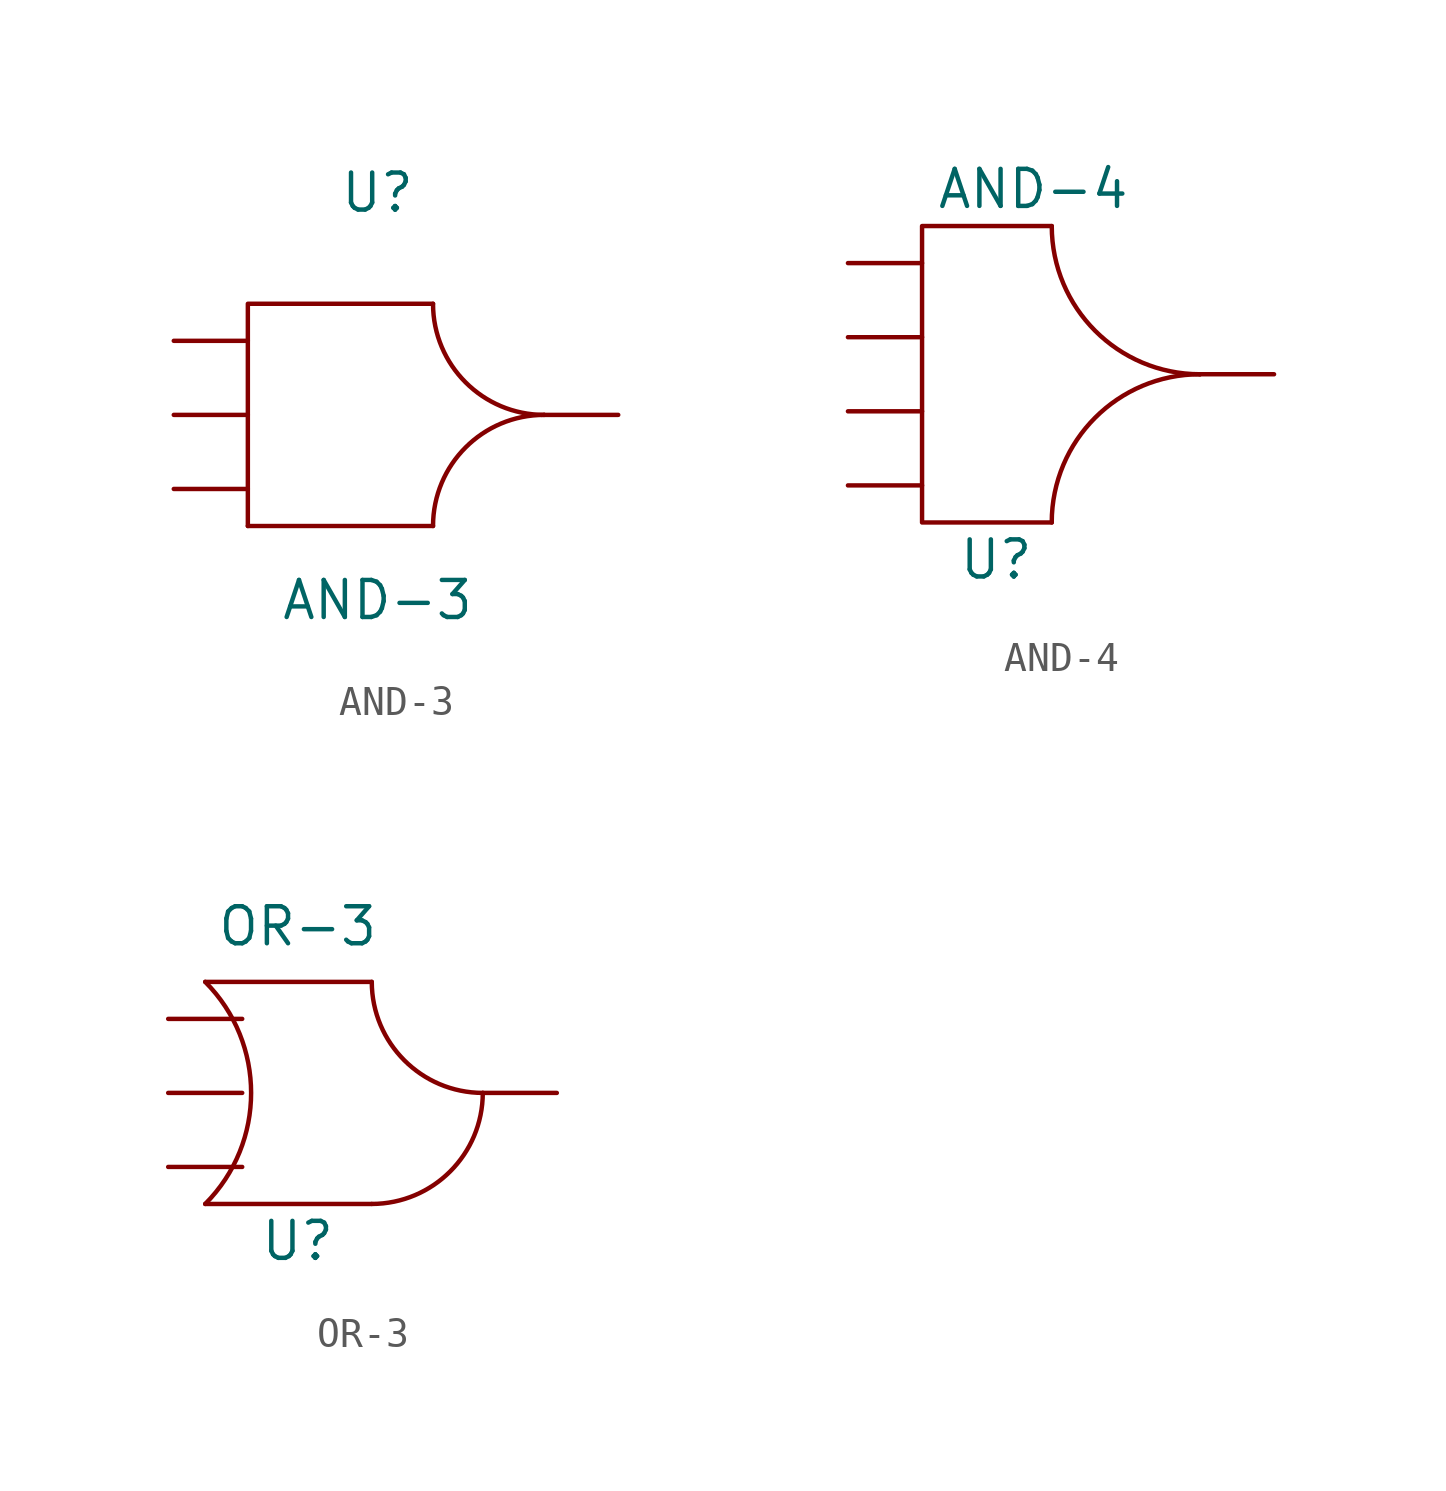
<source format=kicad_sym>
(kicad_symbol_lib
  (version 20211014)
  (generator kicad_symbol_editor)
  (symbol "AND-3"
    (property "Reference" "U"
      (at 0 7.62 0)
      (effects (font (size 1.27 1.27))))
    (property "Value" "AND-3"
      (at 0 -6.35 0)
      (effects (font (size 1.27 1.27))))
    (symbol "AND-3_0_1"
      (polyline (pts (xy 1.905 -3.81) (xy -4.445 -3.81)) (stroke (width 0) (type default) (color 0 0 0 0)) (fill (type none)))
      (polyline (pts (xy -4.445 -3.81) (xy -4.445 3.81) (xy 1.905 3.81)) (stroke (width 0) (type default) (color 0 0 0 0)) (fill (type none)))
      (arc (start 1.905 3.81) (mid -0.7891 -2.6941) (end 5.715 0) (stroke (width 0) (type default) (color 0 0 0 0)) (fill (type none)))
      (arc (start 5.715 0) (mid -0.7891 2.6941) (end 1.905 -3.81) (stroke (width 0) (type default) (color 0 0 0 0)) (fill (type none))))
    (symbol "AND-3_1_1"
      (pin input line (at -6.985 -2.54 0) (length 2.54) (name "" (effects (font (size 1.27 1.27)))) (number "" (effects (font (size 1.27 1.27)))))
      (pin input line (at -6.985 0 0) (length 2.54) (name "" (effects (font (size 1.27 1.27)))) (number "" (effects (font (size 1.27 1.27)))))
      (pin input line (at -6.985 2.54 0) (length 2.54) (name "" (effects (font (size 1.27 1.27)))) (number "" (effects (font (size 1.27 1.27)))))
      (pin output line (at 8.255 0 180) (length 2.54) (name "" (effects (font (size 1.27 1.27)))) (number "" (effects (font (size 1.27 1.27)))))))
  (symbol "AND-4"
    (property "Reference" "U"
      (at 0 -6.35 0)
      (effects (font (size 1.27 1.27))))
    (property "Value" "AND-4"
      (at 1.27 6.35 0)
      (effects (font (size 1.27 1.27))))
    (symbol "AND-4_0_1"
      (polyline (pts (xy 1.905 -5.08) (xy -2.54 -5.08) (xy -2.54 5.08) (xy 1.905 5.08)) (stroke (width 0) (type default) (color 0 0 0 0)) (fill (type none)))
      (arc (start 1.905 5.08) (mid -1.6897 -3.5947) (end 6.985 0) (stroke (width 0) (type default) (color 0 0 0 0)) (fill (type none)))
      (arc (start 6.985 0) (mid -1.6888 3.5938) (end 1.905 -5.08) (stroke (width 0) (type default) (color 0 0 0 0)) (fill (type none))))
    (symbol "AND-4_1_1"
      (pin input line (at -5.08 -3.81 0) (length 2.54) (name "" (effects (font (size 1.27 1.27)))) (number "" (effects (font (size 1.27 1.27)))))
      (pin input line (at -5.08 -1.27 0) (length 2.54) (name "" (effects (font (size 1.27 1.27)))) (number "" (effects (font (size 1.27 1.27)))))
      (pin input line (at -5.08 1.27 0) (length 2.54) (name "" (effects (font (size 1.27 1.27)))) (number "" (effects (font (size 1.27 1.27)))))
      (pin input line (at -5.08 3.81 0) (length 2.54) (name "" (effects (font (size 1.27 1.27)))) (number "" (effects (font (size 1.27 1.27)))))
      (pin output line (at 9.525 0 180) (length 2.54) (name "" (effects (font (size 1.27 1.27)))) (number "" (effects (font (size 1.27 1.27)))))))
  (symbol "OR-3"
    (property "Reference" "U"
      (at 0 -5.08 0)
      (effects (font (size 1.27 1.27))))
    (property "Value" "OR-3"
      (at 0 5.715 0)
      (effects (font (size 1.27 1.27))))
    (symbol "OR-3_0_1"
      (arc (start -3.175 -3.81) (mid -1.5995 0) (end -3.175 3.81) (stroke (width 0) (type default) (color 0 0 0 0)) (fill (type none)))
      (polyline (pts (xy 2.54 -3.81) (xy -3.175 -3.81)) (stroke (width 0) (type default) (color 0 0 0 0)) (fill (type none)))
      (polyline (pts (xy 2.54 3.81) (xy -3.175 3.81)) (stroke (width 0) (type default) (color 0 0 0 0)) (fill (type none)))
      (arc (start 2.54 -3.81) (mid 5.2325 -2.6925) (end 6.35 0) (stroke (width 0) (type default) (color 0 0 0 0)) (fill (type none)))
      (arc (start 2.54 3.81) (mid -0.1635 -2.7035) (end 6.35 0) (stroke (width 0) (type default) (color 0 0 0 0)) (fill (type none))))
    (symbol "OR-3_1_1"
      (pin input line (at -4.445 -2.54 0) (length 2.54) (name "" (effects (font (size 1.27 1.27)))) (number "" (effects (font (size 1.27 1.27)))))
      (pin input line (at -4.445 0 0) (length 2.54) (name "" (effects (font (size 1.27 1.27)))) (number "" (effects (font (size 1.27 1.27)))))
      (pin input line (at -4.445 2.54 0) (length 2.54) (name "" (effects (font (size 1.27 1.27)))) (number "" (effects (font (size 1.27 1.27)))))
      (pin output line (at 8.89 0 180) (length 2.54) (name "" (effects (font (size 1.27 1.27)))) (number "" (effects (font (size 1.27 1.27))))))))
</source>
